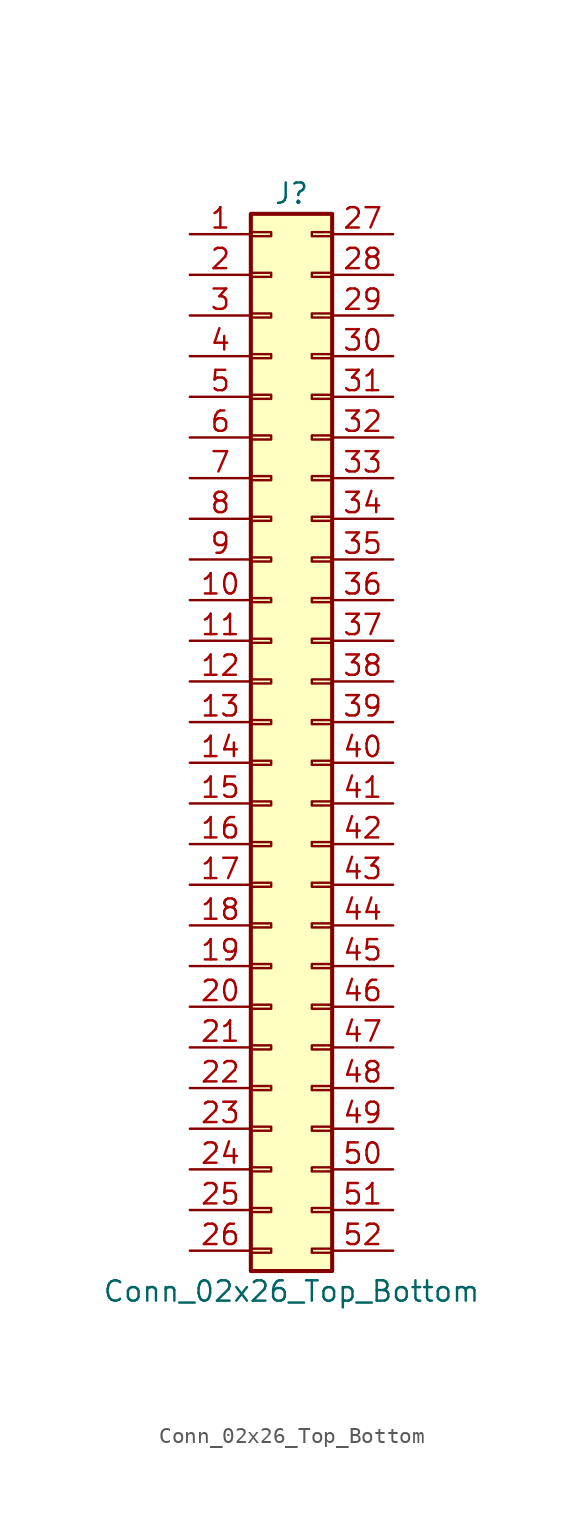
<source format=kicad_sym>
(kicad_symbol_lib
  (version 20201005)
  (generator kicad_symbol_editor)
  (symbol "Connector_Generic:Conn_02x26_Top_Bottom"
    (pin_names
      (offset 1.016) hide)
    (property "Reference" "J"
      (at 1.27 33.02 0)
      (effects (font (size 1.27 1.27))))
    (property "Value" "Conn_02x26_Top_Bottom"
      (at 1.27 -35.56 0)
      (effects (font (size 1.27 1.27))))
    (symbol "Conn_02x26_Top_Bottom_1_1"
      (rectangle (start -1.27 -27.813) (end 0 -28.067) (stroke (width 0.152)) (fill (type none)))
      (rectangle (start -1.27 -30.353) (end 0 -30.607) (stroke (width 0.152)) (fill (type none)))
      (rectangle (start -1.27 -32.893) (end 0 -33.147) (stroke (width 0.152)) (fill (type none)))
      (rectangle (start -1.27 -4.953) (end 0 -5.207) (stroke (width 0.152)) (fill (type none)))
      (rectangle (start -1.27 -7.493) (end 0 -7.747) (stroke (width 0.152)) (fill (type none)))
      (rectangle (start -1.27 -10.033) (end 0 -10.287) (stroke (width 0.152)) (fill (type none)))
      (rectangle (start -1.27 -12.573) (end 0 -12.827) (stroke (width 0.152)) (fill (type none)))
      (rectangle (start -1.27 -15.113) (end 0 -15.367) (stroke (width 0.152)) (fill (type none)))
      (rectangle (start -1.27 -17.653) (end 0 -17.907) (stroke (width 0.152)) (fill (type none)))
      (rectangle (start -1.27 -20.193) (end 0 -20.447) (stroke (width 0.152)) (fill (type none)))
      (rectangle (start -1.27 -22.733) (end 0 -22.987) (stroke (width 0.152)) (fill (type none)))
      (rectangle (start -1.27 -2.413) (end 0 -2.667) (stroke (width 0.152)) (fill (type none)))
      (rectangle (start -1.27 -25.273) (end 0 -25.527) (stroke (width 0.152)) (fill (type none)))
      (rectangle (start -1.27 25.527) (end 0 25.273) (stroke (width 0.152)) (fill (type none)))
      (rectangle (start -1.27 2.667) (end 0 2.413) (stroke (width 0.152)) (fill (type none)))
      (rectangle (start -1.27 28.067) (end 0 27.813) (stroke (width 0.152)) (fill (type none)))
      (rectangle (start -1.27 30.607) (end 0 30.353) (stroke (width 0.152)) (fill (type none)))
      (rectangle (start -1.27 31.75) (end 3.81 -34.29) (stroke (width 0.254)) (fill (type background)))
      (rectangle (start -1.27 5.207) (end 0 4.953) (stroke (width 0.152)) (fill (type none)))
      (rectangle (start -1.27 7.747) (end 0 7.493) (stroke (width 0.152)) (fill (type none)))
      (rectangle (start -1.27 10.287) (end 0 10.033) (stroke (width 0.152)) (fill (type none)))
      (rectangle (start -1.27 0.127) (end 0 -0.127) (stroke (width 0.152)) (fill (type none)))
      (rectangle (start -1.27 12.827) (end 0 12.573) (stroke (width 0.152)) (fill (type none)))
      (rectangle (start -1.27 15.367) (end 0 15.113) (stroke (width 0.152)) (fill (type none)))
      (rectangle (start -1.27 17.907) (end 0 17.653) (stroke (width 0.152)) (fill (type none)))
      (rectangle (start -1.27 20.447) (end 0 20.193) (stroke (width 0.152)) (fill (type none)))
      (rectangle (start -1.27 22.987) (end 0 22.733) (stroke (width 0.152)) (fill (type none)))
      (rectangle (start 3.81 -27.813) (end 2.54 -28.067) (stroke (width 0.152)) (fill (type none)))
      (rectangle (start 3.81 -30.353) (end 2.54 -30.607) (stroke (width 0.152)) (fill (type none)))
      (rectangle (start 3.81 -32.893) (end 2.54 -33.147) (stroke (width 0.152)) (fill (type none)))
      (rectangle (start 3.81 -4.953) (end 2.54 -5.207) (stroke (width 0.152)) (fill (type none)))
      (rectangle (start 3.81 -7.493) (end 2.54 -7.747) (stroke (width 0.152)) (fill (type none)))
      (rectangle (start 3.81 -10.033) (end 2.54 -10.287) (stroke (width 0.152)) (fill (type none)))
      (rectangle (start 3.81 -12.573) (end 2.54 -12.827) (stroke (width 0.152)) (fill (type none)))
      (rectangle (start 3.81 -15.113) (end 2.54 -15.367) (stroke (width 0.152)) (fill (type none)))
      (rectangle (start 3.81 -17.653) (end 2.54 -17.907) (stroke (width 0.152)) (fill (type none)))
      (rectangle (start 3.81 -20.193) (end 2.54 -20.447) (stroke (width 0.152)) (fill (type none)))
      (rectangle (start 3.81 -22.733) (end 2.54 -22.987) (stroke (width 0.152)) (fill (type none)))
      (rectangle (start 3.81 -2.413) (end 2.54 -2.667) (stroke (width 0.152)) (fill (type none)))
      (rectangle (start 3.81 -25.273) (end 2.54 -25.527) (stroke (width 0.152)) (fill (type none)))
      (rectangle (start 3.81 25.527) (end 2.54 25.273) (stroke (width 0.152)) (fill (type none)))
      (rectangle (start 3.81 2.667) (end 2.54 2.413) (stroke (width 0.152)) (fill (type none)))
      (rectangle (start 3.81 28.067) (end 2.54 27.813) (stroke (width 0.152)) (fill (type none)))
      (rectangle (start 3.81 30.607) (end 2.54 30.353) (stroke (width 0.152)) (fill (type none)))
      (rectangle (start 3.81 5.207) (end 2.54 4.953) (stroke (width 0.152)) (fill (type none)))
      (rectangle (start 3.81 7.747) (end 2.54 7.493) (stroke (width 0.152)) (fill (type none)))
      (rectangle (start 3.81 10.287) (end 2.54 10.033) (stroke (width 0.152)) (fill (type none)))
      (rectangle (start 3.81 0.127) (end 2.54 -0.127) (stroke (width 0.152)) (fill (type none)))
      (rectangle (start 3.81 12.827) (end 2.54 12.573) (stroke (width 0.152)) (fill (type none)))
      (rectangle (start 3.81 15.367) (end 2.54 15.113) (stroke (width 0.152)) (fill (type none)))
      (rectangle (start 3.81 17.907) (end 2.54 17.653) (stroke (width 0.152)) (fill (type none)))
      (rectangle (start 3.81 20.447) (end 2.54 20.193) (stroke (width 0.152)) (fill (type none)))
      (rectangle (start 3.81 22.987) (end 2.54 22.733) (stroke (width 0.152)) (fill (type none)))
      (pin passive line (at -5.08 30.48 0) (length 3.81) (name "Pin_1" (effects (font (size 1.27 1.27)))) (number "1" (effects (font (size 1.27 1.27)))))
      (pin passive line (at -5.08 7.62 0) (length 3.81) (name "Pin_10" (effects (font (size 1.27 1.27)))) (number "10" (effects (font (size 1.27 1.27)))))
      (pin passive line (at -5.08 5.08 0) (length 3.81) (name "Pin_11" (effects (font (size 1.27 1.27)))) (number "11" (effects (font (size 1.27 1.27)))))
      (pin passive line (at -5.08 2.54 0) (length 3.81) (name "Pin_12" (effects (font (size 1.27 1.27)))) (number "12" (effects (font (size 1.27 1.27)))))
      (pin passive line (at -5.08 0 0) (length 3.81) (name "Pin_13" (effects (font (size 1.27 1.27)))) (number "13" (effects (font (size 1.27 1.27)))))
      (pin passive line (at -5.08 -2.54 0) (length 3.81) (name "Pin_14" (effects (font (size 1.27 1.27)))) (number "14" (effects (font (size 1.27 1.27)))))
      (pin passive line (at -5.08 -5.08 0) (length 3.81) (name "Pin_15" (effects (font (size 1.27 1.27)))) (number "15" (effects (font (size 1.27 1.27)))))
      (pin passive line (at -5.08 -7.62 0) (length 3.81) (name "Pin_16" (effects (font (size 1.27 1.27)))) (number "16" (effects (font (size 1.27 1.27)))))
      (pin passive line (at -5.08 -10.16 0) (length 3.81) (name "Pin_17" (effects (font (size 1.27 1.27)))) (number "17" (effects (font (size 1.27 1.27)))))
      (pin passive line (at -5.08 -12.7 0) (length 3.81) (name "Pin_18" (effects (font (size 1.27 1.27)))) (number "18" (effects (font (size 1.27 1.27)))))
      (pin passive line (at -5.08 -15.24 0) (length 3.81) (name "Pin_19" (effects (font (size 1.27 1.27)))) (number "19" (effects (font (size 1.27 1.27)))))
      (pin passive line (at -5.08 27.94 0) (length 3.81) (name "Pin_2" (effects (font (size 1.27 1.27)))) (number "2" (effects (font (size 1.27 1.27)))))
      (pin passive line (at -5.08 -17.78 0) (length 3.81) (name "Pin_20" (effects (font (size 1.27 1.27)))) (number "20" (effects (font (size 1.27 1.27)))))
      (pin passive line (at -5.08 -20.32 0) (length 3.81) (name "Pin_21" (effects (font (size 1.27 1.27)))) (number "21" (effects (font (size 1.27 1.27)))))
      (pin passive line (at -5.08 -22.86 0) (length 3.81) (name "Pin_22" (effects (font (size 1.27 1.27)))) (number "22" (effects (font (size 1.27 1.27)))))
      (pin passive line (at -5.08 -25.4 0) (length 3.81) (name "Pin_23" (effects (font (size 1.27 1.27)))) (number "23" (effects (font (size 1.27 1.27)))))
      (pin passive line (at -5.08 -27.94 0) (length 3.81) (name "Pin_24" (effects (font (size 1.27 1.27)))) (number "24" (effects (font (size 1.27 1.27)))))
      (pin passive line (at -5.08 -30.48 0) (length 3.81) (name "Pin_25" (effects (font (size 1.27 1.27)))) (number "25" (effects (font (size 1.27 1.27)))))
      (pin passive line (at -5.08 -33.02 0) (length 3.81) (name "Pin_26" (effects (font (size 1.27 1.27)))) (number "26" (effects (font (size 1.27 1.27)))))
      (pin passive line (at 7.62 30.48 180) (length 3.81) (name "Pin_27" (effects (font (size 1.27 1.27)))) (number "27" (effects (font (size 1.27 1.27)))))
      (pin passive line (at 7.62 27.94 180) (length 3.81) (name "Pin_28" (effects (font (size 1.27 1.27)))) (number "28" (effects (font (size 1.27 1.27)))))
      (pin passive line (at 7.62 25.4 180) (length 3.81) (name "Pin_29" (effects (font (size 1.27 1.27)))) (number "29" (effects (font (size 1.27 1.27)))))
      (pin passive line (at -5.08 25.4 0) (length 3.81) (name "Pin_3" (effects (font (size 1.27 1.27)))) (number "3" (effects (font (size 1.27 1.27)))))
      (pin passive line (at 7.62 22.86 180) (length 3.81) (name "Pin_30" (effects (font (size 1.27 1.27)))) (number "30" (effects (font (size 1.27 1.27)))))
      (pin passive line (at 7.62 20.32 180) (length 3.81) (name "Pin_31" (effects (font (size 1.27 1.27)))) (number "31" (effects (font (size 1.27 1.27)))))
      (pin passive line (at 7.62 17.78 180) (length 3.81) (name "Pin_32" (effects (font (size 1.27 1.27)))) (number "32" (effects (font (size 1.27 1.27)))))
      (pin passive line (at 7.62 15.24 180) (length 3.81) (name "Pin_33" (effects (font (size 1.27 1.27)))) (number "33" (effects (font (size 1.27 1.27)))))
      (pin passive line (at 7.62 12.7 180) (length 3.81) (name "Pin_34" (effects (font (size 1.27 1.27)))) (number "34" (effects (font (size 1.27 1.27)))))
      (pin passive line (at 7.62 10.16 180) (length 3.81) (name "Pin_35" (effects (font (size 1.27 1.27)))) (number "35" (effects (font (size 1.27 1.27)))))
      (pin passive line (at 7.62 7.62 180) (length 3.81) (name "Pin_36" (effects (font (size 1.27 1.27)))) (number "36" (effects (font (size 1.27 1.27)))))
      (pin passive line (at 7.62 5.08 180) (length 3.81) (name "Pin_37" (effects (font (size 1.27 1.27)))) (number "37" (effects (font (size 1.27 1.27)))))
      (pin passive line (at 7.62 2.54 180) (length 3.81) (name "Pin_38" (effects (font (size 1.27 1.27)))) (number "38" (effects (font (size 1.27 1.27)))))
      (pin passive line (at 7.62 0 180) (length 3.81) (name "Pin_39" (effects (font (size 1.27 1.27)))) (number "39" (effects (font (size 1.27 1.27)))))
      (pin passive line (at -5.08 22.86 0) (length 3.81) (name "Pin_4" (effects (font (size 1.27 1.27)))) (number "4" (effects (font (size 1.27 1.27)))))
      (pin passive line (at 7.62 -2.54 180) (length 3.81) (name "Pin_40" (effects (font (size 1.27 1.27)))) (number "40" (effects (font (size 1.27 1.27)))))
      (pin passive line (at 7.62 -5.08 180) (length 3.81) (name "Pin_41" (effects (font (size 1.27 1.27)))) (number "41" (effects (font (size 1.27 1.27)))))
      (pin passive line (at 7.62 -7.62 180) (length 3.81) (name "Pin_42" (effects (font (size 1.27 1.27)))) (number "42" (effects (font (size 1.27 1.27)))))
      (pin passive line (at 7.62 -10.16 180) (length 3.81) (name "Pin_43" (effects (font (size 1.27 1.27)))) (number "43" (effects (font (size 1.27 1.27)))))
      (pin passive line (at 7.62 -12.7 180) (length 3.81) (name "Pin_44" (effects (font (size 1.27 1.27)))) (number "44" (effects (font (size 1.27 1.27)))))
      (pin passive line (at 7.62 -15.24 180) (length 3.81) (name "Pin_45" (effects (font (size 1.27 1.27)))) (number "45" (effects (font (size 1.27 1.27)))))
      (pin passive line (at 7.62 -17.78 180) (length 3.81) (name "Pin_46" (effects (font (size 1.27 1.27)))) (number "46" (effects (font (size 1.27 1.27)))))
      (pin passive line (at 7.62 -20.32 180) (length 3.81) (name "Pin_47" (effects (font (size 1.27 1.27)))) (number "47" (effects (font (size 1.27 1.27)))))
      (pin passive line (at 7.62 -22.86 180) (length 3.81) (name "Pin_48" (effects (font (size 1.27 1.27)))) (number "48" (effects (font (size 1.27 1.27)))))
      (pin passive line (at 7.62 -25.4 180) (length 3.81) (name "Pin_49" (effects (font (size 1.27 1.27)))) (number "49" (effects (font (size 1.27 1.27)))))
      (pin passive line (at -5.08 20.32 0) (length 3.81) (name "Pin_5" (effects (font (size 1.27 1.27)))) (number "5" (effects (font (size 1.27 1.27)))))
      (pin passive line (at 7.62 -27.94 180) (length 3.81) (name "Pin_50" (effects (font (size 1.27 1.27)))) (number "50" (effects (font (size 1.27 1.27)))))
      (pin passive line (at 7.62 -30.48 180) (length 3.81) (name "Pin_51" (effects (font (size 1.27 1.27)))) (number "51" (effects (font (size 1.27 1.27)))))
      (pin passive line (at 7.62 -33.02 180) (length 3.81) (name "Pin_52" (effects (font (size 1.27 1.27)))) (number "52" (effects (font (size 1.27 1.27)))))
      (pin passive line (at -5.08 17.78 0) (length 3.81) (name "Pin_6" (effects (font (size 1.27 1.27)))) (number "6" (effects (font (size 1.27 1.27)))))
      (pin passive line (at -5.08 15.24 0) (length 3.81) (name "Pin_7" (effects (font (size 1.27 1.27)))) (number "7" (effects (font (size 1.27 1.27)))))
      (pin passive line (at -5.08 12.7 0) (length 3.81) (name "Pin_8" (effects (font (size 1.27 1.27)))) (number "8" (effects (font (size 1.27 1.27)))))
      (pin passive line (at -5.08 10.16 0) (length 3.81) (name "Pin_9" (effects (font (size 1.27 1.27)))) (number "9" (effects (font (size 1.27 1.27))))))))
</source>
